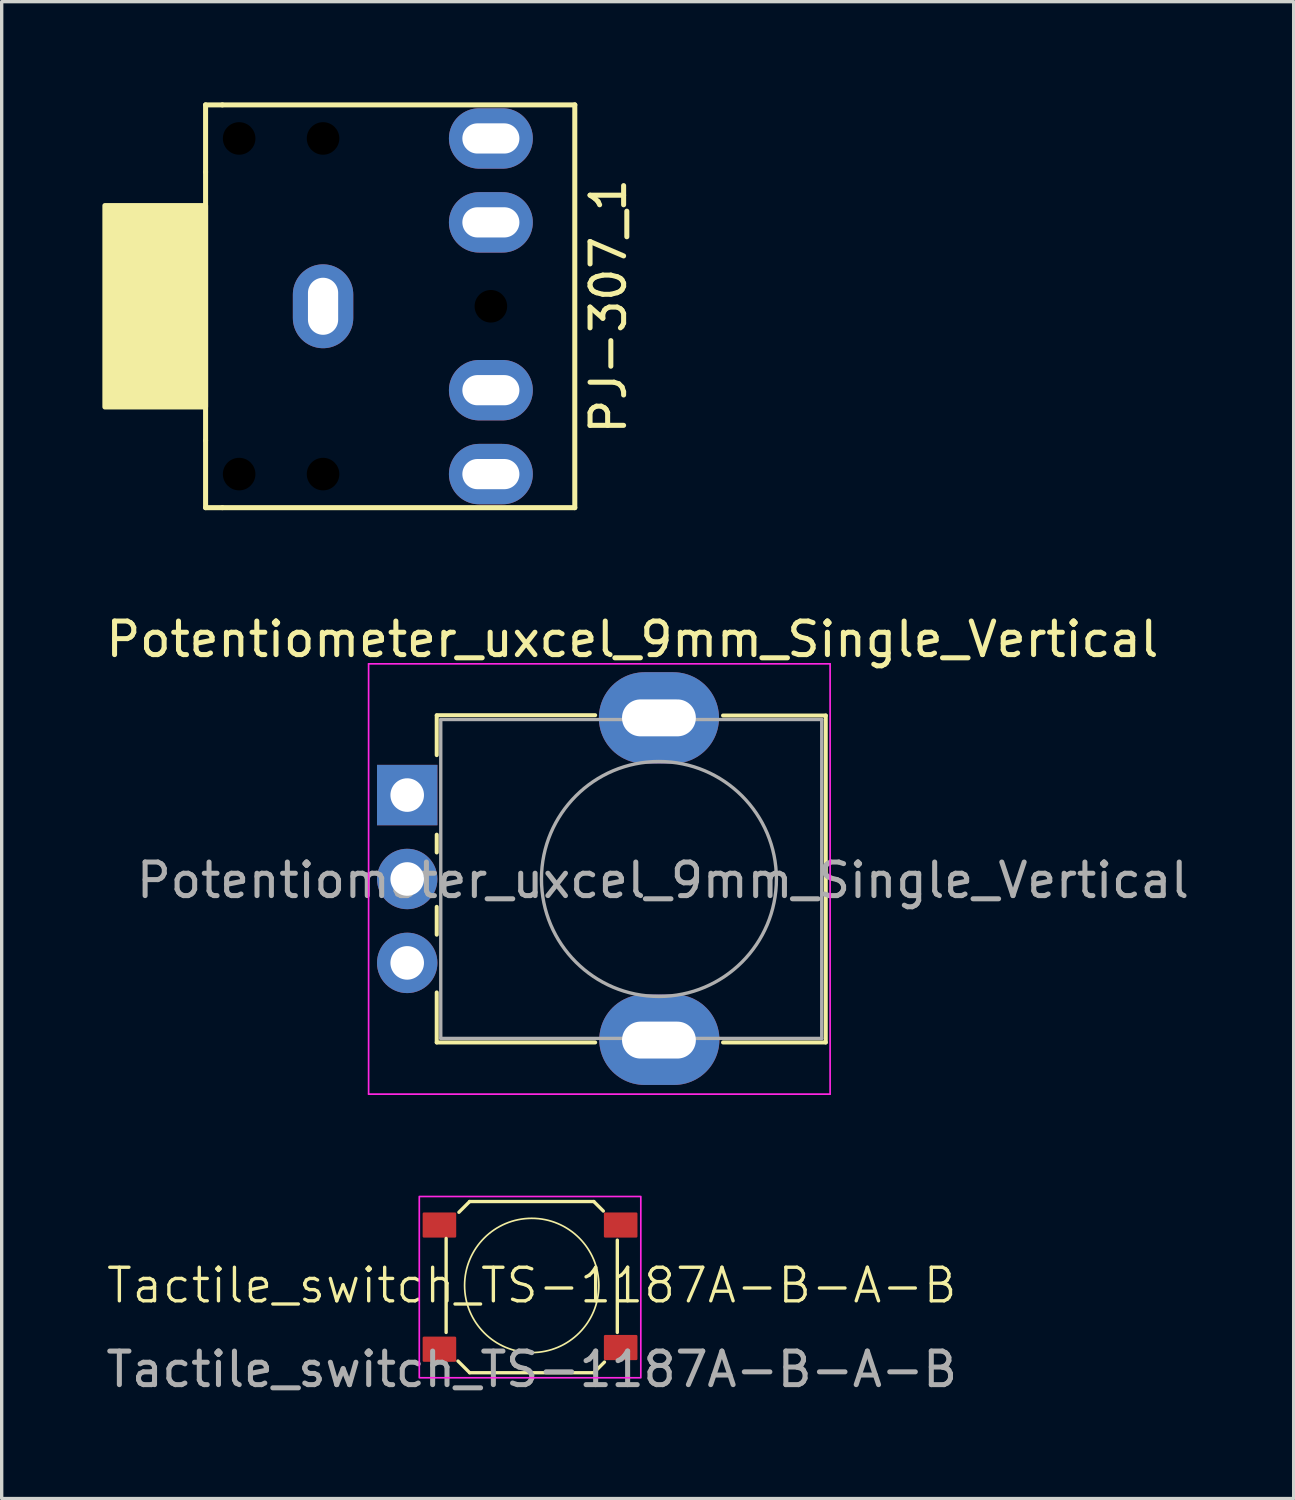
<source format=kicad_pcb>
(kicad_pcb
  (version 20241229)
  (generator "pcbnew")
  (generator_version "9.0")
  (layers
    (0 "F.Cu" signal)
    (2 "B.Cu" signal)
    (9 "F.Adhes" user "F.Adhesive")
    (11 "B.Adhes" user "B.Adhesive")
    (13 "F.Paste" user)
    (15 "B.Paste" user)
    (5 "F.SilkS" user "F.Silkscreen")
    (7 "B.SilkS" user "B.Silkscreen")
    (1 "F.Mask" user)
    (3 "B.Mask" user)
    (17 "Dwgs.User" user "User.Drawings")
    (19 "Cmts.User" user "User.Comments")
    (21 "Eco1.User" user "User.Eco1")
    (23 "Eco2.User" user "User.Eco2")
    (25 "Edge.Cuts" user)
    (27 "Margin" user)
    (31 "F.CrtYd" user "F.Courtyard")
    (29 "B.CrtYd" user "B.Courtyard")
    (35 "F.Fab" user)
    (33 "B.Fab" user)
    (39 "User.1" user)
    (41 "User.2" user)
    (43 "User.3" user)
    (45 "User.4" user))
  (footprint "PJ-307_1"
    (layer "F.Cu")
    (at 9.575 6.075)
    (property "Reference" "PJ-307_1" (at 5.5 0 270) (layer "F.SilkS") (effects (font (size 1 1) (thickness 0.15))))
    (attr through_hole)
    (fp_line (start -6.5 -6) (end -6.5 -4) (stroke (width 0.15) (type solid)) (layer "F.SilkS"))
    (fp_line (start -6.5 4) (end -6.5 -4) (stroke (width 0.15) (type solid)) (layer "F.SilkS"))
    (fp_line (start -6.5 6) (end -6.5 4) (stroke (width 0.15) (type solid)) (layer "F.SilkS"))
    (fp_line (start -6 -6) (end -6.5 -6) (stroke (width 0.15) (type solid)) (layer "F.SilkS"))
    (fp_line (start -6 -6) (end 4.5 -6) (stroke (width 0.15) (type solid)) (layer "F.SilkS"))
    (fp_line (start -6 6) (end -6.5 6) (stroke (width 0.15) (type solid)) (layer "F.SilkS"))
    (fp_line (start 4.5 -6) (end 4.5 6) (stroke (width 0.15) (type solid)) (layer "F.SilkS"))
    (fp_line (start 4.5 6) (end -6 6) (stroke (width 0.15) (type solid)) (layer "F.SilkS"))
    (fp_poly (pts (xy -6.5 -3) (xy -6.5 3) (xy -9.5 3) (xy -9.5 -3)) (stroke (width 0.15) (type solid)) (fill yes) (layer "F.SilkS"))
    (pad "" np_thru_hole circle (at -5.5 -5) (size 1.2 1.2) (drill 0.97) (layers "*.Mask"))
    (pad "" np_thru_hole circle (at -5.5 5) (size 1.2 1.2) (drill 0.97) (layers "*.Mask"))
    (pad "" np_thru_hole circle (at -3 -5) (size 1.2 1.2) (drill 0.97) (layers "*.Mask"))
    (pad "" np_thru_hole circle (at -3 5) (size 1.2 1.2) (drill 0.97) (layers "*.Mask"))
    (pad "" np_thru_hole circle (at 2 0) (size 1.2 1.2) (drill 0.97) (layers "*.Mask"))
    (pad "R" thru_hole oval (at 2 -5) (size 2.5 1.8) (drill oval 1.7 0.9) (layers "*.Cu" "*.Mask"))
    (pad "RN" thru_hole oval (at 2 -2.5) (size 2.5 1.8) (drill oval 1.7 0.9) (layers "*.Cu" "*.Mask"))
    (pad "S" thru_hole oval (at -3 0 90) (size 2.5 1.8) (drill oval 1.7 0.9) (layers "*.Cu" "*.Mask"))
    (pad "T" thru_hole oval (at 2 5) (size 2.5 1.8) (drill oval 1.7 0.9) (layers "*.Cu" "*.Mask"))
    (pad "TN" thru_hole oval (at 2 2.5) (size 2.5 1.8) (drill oval 1.7 0.9) (layers "*.Cu" "*.Mask")))
  (footprint "Potentiometer_uxcel_9mm_Single_Vertical"
    (layer "F.Cu")
    (at 9.082 20.638)
    (property "Reference" "Potentiometer_uxcel_9mm_Single_Vertical" (at 6.71 -4.64 180) (layer "F.SilkS") (effects (font (size 1 1) (thickness 0.15))))
    (attr through_hole)
    (fp_line (start 0.88 -2.38) (end 5.6 -2.38) (stroke (width 0.12) (type solid)) (layer "F.SilkS"))
    (fp_line (start 0.88 -1.19) (end 0.88 -2.37) (stroke (width 0.12) (type solid)) (layer "F.SilkS"))
    (fp_line (start 0.88 1.71) (end 0.88 1.18) (stroke (width 0.12) (type solid)) (layer "F.SilkS"))
    (fp_line (start 0.88 4.16) (end 0.88 3.33) (stroke (width 0.12) (type solid)) (layer "F.SilkS"))
    (fp_line (start 0.88 7.37) (end 0.88 5.88) (stroke (width 0.12) (type solid)) (layer "F.SilkS"))
    (fp_line (start 0.88 7.37) (end 5.6 7.37) (stroke (width 0.12) (type solid)) (layer "F.SilkS"))
    (fp_line (start 9.41 -2.37) (end 12.47 -2.37) (stroke (width 0.12) (type solid)) (layer "F.SilkS"))
    (fp_line (start 9.41 7.37) (end 12.47 7.37) (stroke (width 0.12) (type solid)) (layer "F.SilkS"))
    (fp_line (start 12.47 7.37) (end 12.47 -2.37) (stroke (width 0.12) (type solid)) (layer "F.SilkS"))
    (fp_line (start -1.15 -3.91) (end -1.15 8.91) (stroke (width 0.05) (type solid)) (layer "F.CrtYd"))
    (fp_line (start -1.15 8.91) (end 12.6 8.91) (stroke (width 0.05) (type solid)) (layer "F.CrtYd"))
    (fp_line (start 12.6 -3.91) (end -1.15 -3.91) (stroke (width 0.05) (type solid)) (layer "F.CrtYd"))
    (fp_line (start 12.6 8.91) (end 12.6 -3.91) (stroke (width 0.05) (type solid)) (layer "F.CrtYd"))
    (fp_line (start 1 -2.25) (end 12.35 -2.25) (stroke (width 0.1) (type solid)) (layer "F.Fab"))
    (fp_line (start 1 7.25) (end 1 -2.25) (stroke (width 0.1) (type solid)) (layer "F.Fab"))
    (fp_line (start 1 7.25) (end 12.35 7.25) (stroke (width 0.1) (type solid)) (layer "F.Fab"))
    (fp_line (start 12.35 7.25) (end 12.35 -2.25) (stroke (width 0.1) (type solid)) (layer "F.Fab"))
    (fp_circle (center 7.5 2.5) (end 7.5 -1) (stroke (width 0.1) (type solid)) (fill no) (layer "F.Fab"))
    (fp_text user "${REFERENCE}" (at 7.62 2.54 0) (layer "F.Fab") (effects (font (size 1 1) (thickness 0.15))))
    (pad "" thru_hole oval (at 7.5 -2.3 90) (size 2.72 3.58) (drill oval 1.1 2.2) (layers "*.Cu" "*.Mask"))
    (pad "" thru_hole oval (at 7.5 7.3 90) (size 2.696 3.58) (drill oval 1.1 2.2 (offset 0.012 0.012)) (layers "*.Cu" "*.Mask"))
    (pad "1" thru_hole rect (at 0 0 90) (size 1.8 1.8) (drill 1) (layers "*.Cu" "*.Mask"))
    (pad "2" thru_hole circle (at 0 2.5 90) (size 1.8 1.8) (drill 1) (layers "*.Cu" "*.Mask"))
    (pad "3" thru_hole circle (at 0 5 90) (size 1.8 1.8) (drill 1) (layers "*.Cu" "*.Mask")))
  (footprint "Tactile_switch_TS-1187A-B-A-B"
    (layer "F.Cu")
    (at 12.792 35.248)
    (property "Reference" "Tactile_switch_TS-1187A-B-A-B" (at 0 0 0) (unlocked yes) (layer "F.SilkS") (effects (font (size 1 1) (thickness 0.1))))
    (attr smd)
    (fp_line (start -2.55 -1.4) (end -2.55 1.4) (stroke (width 0.1) (type default)) (layer "F.SilkS"))
    (fp_line (start -2.198 2.252) (end -1.85 2.6) (stroke (width 0.1) (type default)) (layer "F.SilkS"))
    (fp_line (start -1.85 -2.5) (end -2.17 -2.18) (stroke (width 0.1) (type default)) (layer "F.SilkS"))
    (fp_line (start -1.85 -2.5) (end 1.85 -2.5) (stroke (width 0.1) (type default)) (layer "F.SilkS"))
    (fp_line (start -1.85 2.6) (end 1.85 2.6) (stroke (width 0.1) (type default)) (layer "F.SilkS"))
    (fp_line (start 1.85 -2.5) (end 2.133 -2.217) (stroke (width 0.1) (type default)) (layer "F.SilkS"))
    (fp_line (start 1.85 2.6) (end 2.167 2.283) (stroke (width 0.1) (type default)) (layer "F.SilkS"))
    (fp_line (start 2.55 -1.35) (end 2.55 1.4) (stroke (width 0.1) (type default)) (layer "F.SilkS"))
    (fp_circle (center 0 0) (end 2 0) (stroke (width 0.05) (type default)) (fill no) (layer "F.SilkS"))
    (fp_rect (start -3.35 -2.65) (end 3.25 2.75) (stroke (width 0.05) (type default)) (fill no) (layer "F.CrtYd"))
    (fp_text user "${REFERENCE}" (at 0 2.5 0) (unlocked yes) (layer "F.Fab") (effects (font (size 1 1) (thickness 0.15))))
    (pad "1" smd roundrect (at -2.75 -1.8) (size 1 0.75) (layers "F.Cu" "F.Mask" "F.Paste") (roundrect_rratio 0.05))
    (pad "1" smd roundrect (at 2.65 -1.8) (size 1 0.75) (layers "F.Cu" "F.Mask" "F.Paste") (roundrect_rratio 0.05))
    (pad "2" smd roundrect (at -2.75 1.9) (size 1 0.75) (layers "F.Cu" "F.Mask" "F.Paste") (roundrect_rratio 0.05))
    (pad "2" smd roundrect (at 2.65 1.85) (size 1 0.75) (layers "F.Cu" "F.Mask" "F.Paste") (roundrect_rratio 0.05)))
  (gr_rect
    (start -3 -3)
    (end 35.493 41.596)
    (stroke (width 0.1) (type default))
    (fill no)
    (layer "Edge.Cuts")))
</source>
